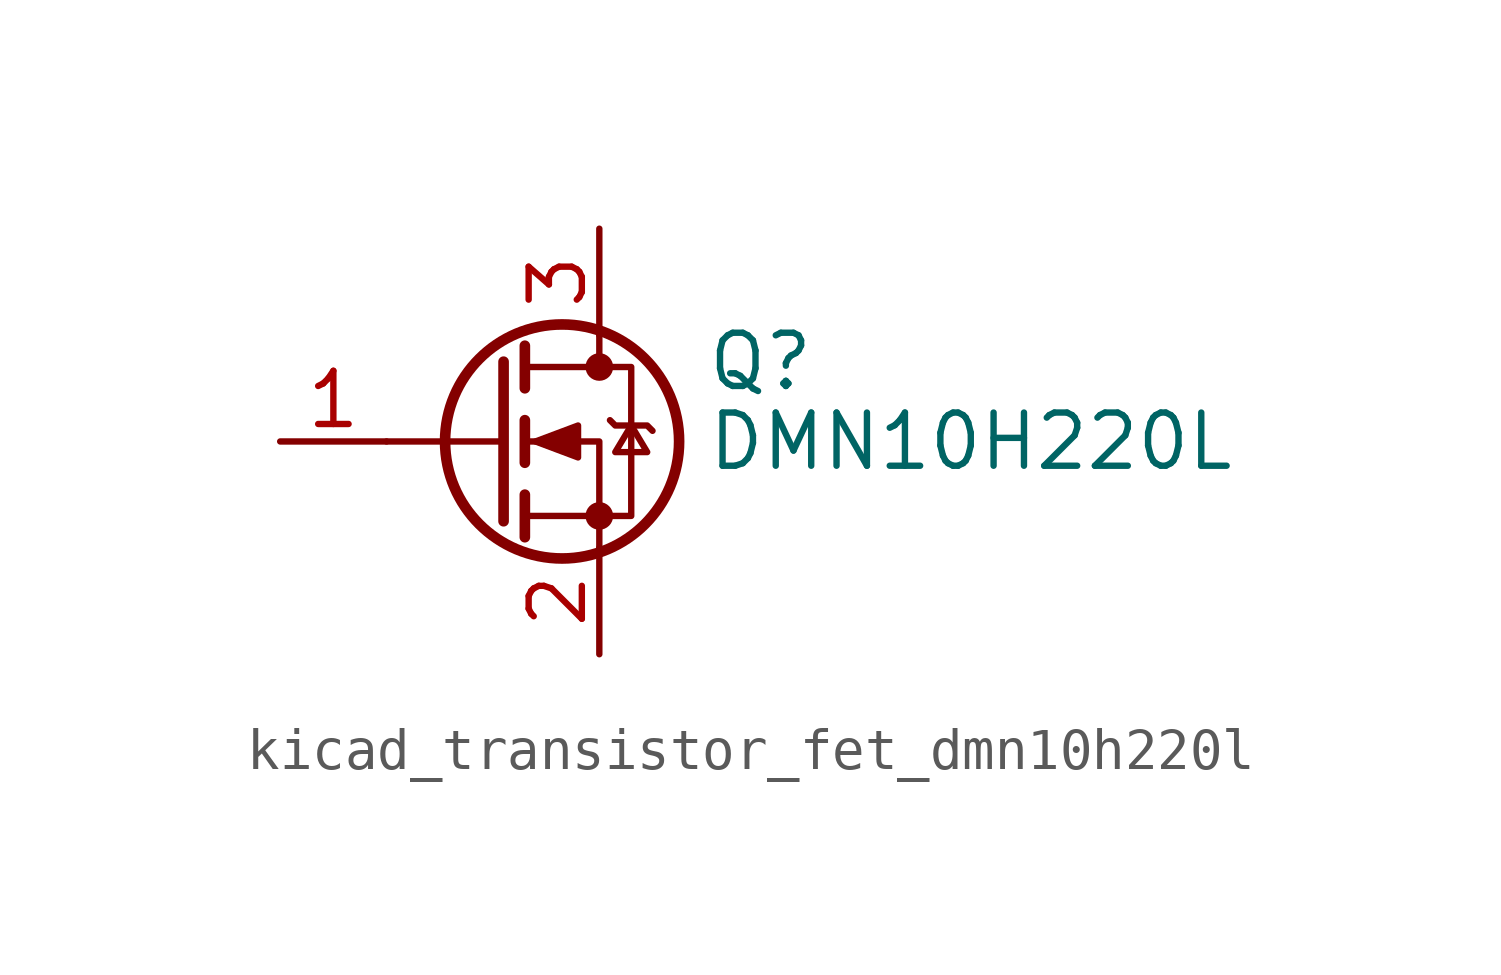
<source format=kicad_sym>
(kicad_symbol_lib
  (version 20220914)
  (generator kicad_symbol_editor)
  (symbol "kicad_transistor_fet_dmn10h220l"
    (pin_names hide)
    (property "Reference" "Q"
      (at 5.08 1.905 0)
      (effects (font (size 1.27 1.27)) (justify left)))
    (property "Value" "DMN10H220L"
      (at 5.08 0 0)
      (effects (font (size 1.27 1.27)) (justify left)))
    (symbol "kicad_transistor_fet_dmn10h220l_0_1"
      (polyline (pts (xy 0.254 0) (xy -2.54 0)) (stroke (width 0) (type default)) (fill (type none)))
      (polyline (pts (xy 0.254 1.905) (xy 0.254 -1.905)) (stroke (width 0.254) (type default)) (fill (type none)))
      (polyline (pts (xy 0.762 -1.27) (xy 0.762 -2.286)) (stroke (width 0.254) (type default)) (fill (type none)))
      (polyline (pts (xy 0.762 0.508) (xy 0.762 -0.508)) (stroke (width 0.254) (type default)) (fill (type none)))
      (polyline (pts (xy 0.762 2.286) (xy 0.762 1.27)) (stroke (width 0.254) (type default)) (fill (type none)))
      (polyline (pts (xy 2.54 2.54) (xy 2.54 1.778)) (stroke (width 0) (type default)) (fill (type none)))
      (polyline (pts (xy 2.54 -2.54) (xy 2.54 0) (xy 0.762 0)) (stroke (width 0) (type default)) (fill (type none)))
      (polyline (pts (xy 0.762 -1.778) (xy 3.302 -1.778) (xy 3.302 1.778) (xy 0.762 1.778)) (stroke (width 0) (type default)) (fill (type none)))
      (polyline (pts (xy 1.016 0) (xy 2.032 0.381) (xy 2.032 -0.381) (xy 1.016 0)) (stroke (width 0) (type default)) (fill (type outline)))
      (polyline (pts (xy 2.794 0.508) (xy 2.921 0.381) (xy 3.683 0.381) (xy 3.81 0.254)) (stroke (width 0) (type default)) (fill (type none)))
      (polyline (pts (xy 3.302 0.381) (xy 2.921 -0.254) (xy 3.683 -0.254) (xy 3.302 0.381)) (stroke (width 0) (type default)) (fill (type none)))
      (circle (center 1.651 0) (radius 2.794) (stroke (width 0.254) (type default)) (fill (type none)))
      (circle (center 2.54 -1.778) (radius 0.254) (stroke (width 0) (type default)) (fill (type outline)))
      (circle (center 2.54 1.778) (radius 0.254) (stroke (width 0) (type default)) (fill (type outline))))
    (symbol "kicad_transistor_fet_dmn10h220l_1_1"
      (pin input line (at -5.08 0 0) (length 2.54) (name "G" (effects (font (size 1.27 1.27)))) (number "1" (effects (font (size 1.27 1.27)))))
      (pin passive line (at 2.54 -5.08 90) (length 2.54) (name "S" (effects (font (size 1.27 1.27)))) (number "2" (effects (font (size 1.27 1.27)))))
      (pin passive line (at 2.54 5.08 270) (length 2.54) (name "D" (effects (font (size 1.27 1.27)))) (number "3" (effects (font (size 1.27 1.27))))))))
</source>
